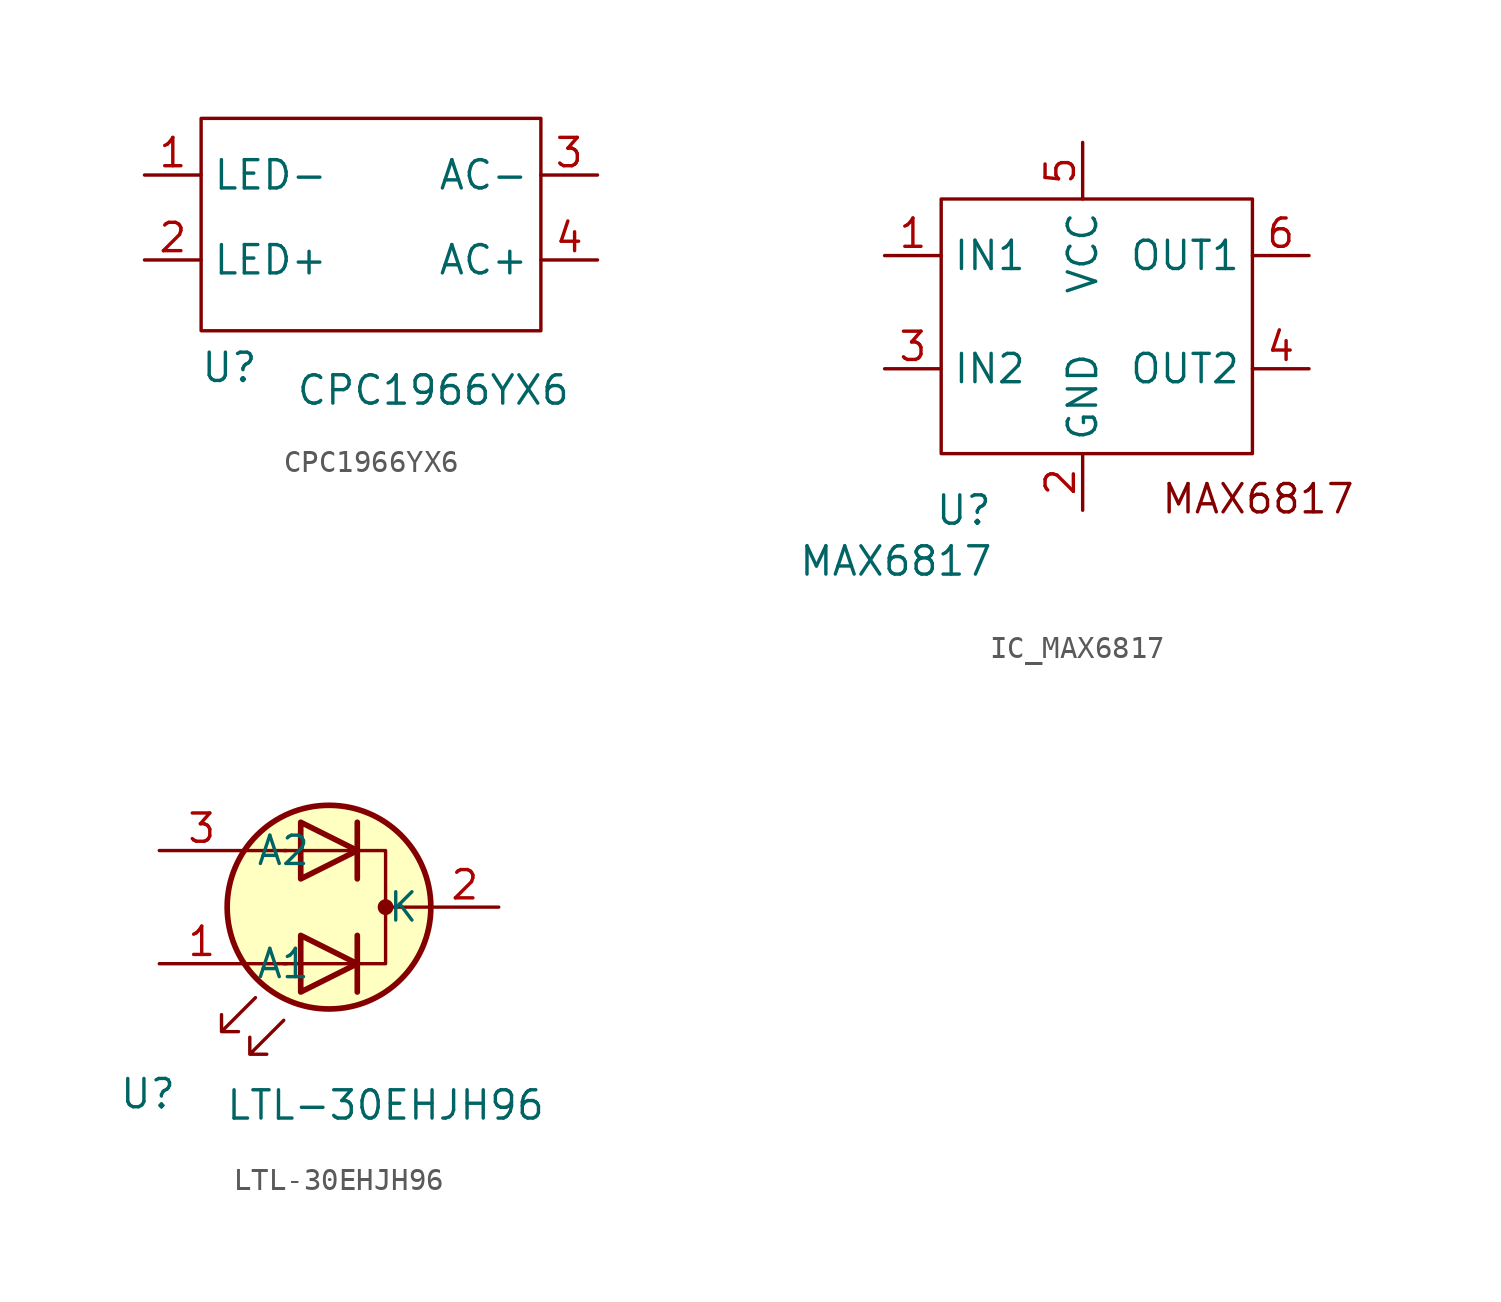
<source format=kicad_sym>
(kicad_symbol_lib
  (version 20241209)
  (generator "kicad_symbol_editor")
  (generator_version "9.0")
  (symbol "CPC1966YX6"
    (property "Reference" "U"
      (at -7.62 -3.556 0)
      (effects (font (size 1.27 1.27))))
    (property "Value" "CPC1966YX6"
      (at 1.524 -4.572 0)
      (effects (font (size 1.27 1.27))))
    (symbol "CPC1966YX6_0_1"
      (rectangle (start -8.89 7.62) (end 6.35 -1.905) (stroke (width 0) (type default)) (fill (type none))))
    (symbol "CPC1966YX6_1_1"
      (pin input line (at -11.43 5.08 0) (length 2.54) (name "LED-" (effects (font (size 1.27 1.27)))) (number "1" (effects (font (size 1.27 1.27)))))
      (pin input line (at -11.43 1.27 0) (length 2.54) (name "LED+" (effects (font (size 1.27 1.27)))) (number "2" (effects (font (size 1.27 1.27)))))
      (pin input line (at 8.89 5.08 180) (length 2.54) (name "AC-" (effects (font (size 1.27 1.27)))) (number "3" (effects (font (size 1.27 1.27)))))
      (pin input line (at 8.89 1.27 180) (length 2.54) (name "AC+" (effects (font (size 1.27 1.27)))) (number "4" (effects (font (size 1.27 1.27)))))))
  (symbol "IC_MAX6817"
    (property "Reference" "U"
      (at -5.334 -7.62 0)
      (effects (font (size 1.27 1.27))))
    (property "Value" "MAX6817"
      (at -8.382 -9.906 0)
      (effects (font (size 1.27 1.27))))
    (symbol "IC_MAX6817_0_1"
      (rectangle (start -6.35 6.35) (end 7.62 -5.08) (stroke (width 0) (type default)) (fill (type none))))
    (symbol "IC_MAX6817_1_1"
      (text "MAX6817" (at 7.874 -7.112 0) (effects (font (size 1.27 1.27))))
      (pin input line (at -8.89 3.81 0) (length 2.54) (name "IN1" (effects (font (size 1.27 1.27)))) (number "1" (effects (font (size 1.27 1.27)))))
      (pin input line (at -8.89 -1.27 0) (length 2.54) (name "IN2" (effects (font (size 1.27 1.27)))) (number "3" (effects (font (size 1.27 1.27)))))
      (pin power_in line (at 0 8.89 270) (length 2.54) (name "VCC" (effects (font (size 1.27 1.27)))) (number "5" (effects (font (size 1.27 1.27)))))
      (pin power_in line (at 0 -7.62 90) (length 2.54) (name "GND" (effects (font (size 1.27 1.27)))) (number "2" (effects (font (size 1.27 1.27)))))
      (pin output line (at 10.16 3.81 180) (length 2.54) (name "OUT1" (effects (font (size 1.27 1.27)))) (number "6" (effects (font (size 1.27 1.27)))))
      (pin output line (at 10.16 -1.27 180) (length 2.54) (name "OUT2" (effects (font (size 1.27 1.27)))) (number "4" (effects (font (size 1.27 1.27)))))))
  (symbol "LTL-30EHJH96"
    (property "Reference" "U"
      (at -9.398 -8.382 0)
      (effects (font (size 1.27 1.27))))
    (property "Value" "LTL-30EHJH96"
      (at 1.27 -8.89 0)
      (effects (font (size 1.27 1.27))))
    (symbol "LTL-30EHJH96_0_1"
      (polyline (pts (xy -5.08 2.54) (xy -3.175 2.54)) (stroke (width 0) (type default)) (fill (type none)))
      (polyline (pts (xy -5.08 -2.54) (xy -3.175 -2.54)) (stroke (width 0) (type default)) (fill (type none)))
      (polyline (pts (xy -4.572 -4.064) (xy -6.096 -5.588) (xy -5.334 -5.588) (xy -6.096 -5.588) (xy -6.096 -4.826)) (stroke (width 0) (type default)) (fill (type none)))
      (polyline (pts (xy -3.302 -2.54) (xy 1.27 -2.54) (xy 1.27 2.54) (xy -3.302 2.54)) (stroke (width 0) (type default)) (fill (type none)))
      (polyline (pts (xy -3.302 -5.08) (xy -4.826 -6.604) (xy -4.064 -6.604) (xy -4.826 -6.604) (xy -4.826 -5.842)) (stroke (width 0) (type default)) (fill (type none)))
      (polyline (pts (xy -2.54 3.81) (xy -2.54 1.27) (xy 0 2.54) (xy -2.54 3.81)) (stroke (width 0.254) (type default)) (fill (type none)))
      (polyline (pts (xy -2.54 -1.27) (xy -2.54 -3.81) (xy 0 -2.54) (xy -2.54 -1.27)) (stroke (width 0.254) (type default)) (fill (type none)))
      (circle (center -1.27 0) (radius 4.572) (stroke (width 0.254) (type default)) (fill (type background)))
      (polyline (pts (xy 0 1.27) (xy 0 3.81)) (stroke (width 0.254) (type default)) (fill (type none)))
      (polyline (pts (xy 0 -1.27) (xy 0 -3.81)) (stroke (width 0.254) (type default)) (fill (type none)))
      (circle (center 1.27 0) (radius 0.279) (stroke (width 0) (type default)) (fill (type outline)))
      (polyline (pts (xy 3.302 0) (xy 1.27 0)) (stroke (width 0) (type default)) (fill (type none))))
    (symbol "LTL-30EHJH96_1_1"
      (pin input line (at -8.89 2.54 0) (length 3.81) (name "A2" (effects (font (size 1.27 1.27)))) (number "3" (effects (font (size 1.27 1.27)))))
      (pin input line (at -8.89 -2.54 0) (length 3.81) (name "A1" (effects (font (size 1.27 1.27)))) (number "1" (effects (font (size 1.27 1.27)))))
      (pin input line (at 6.35 0 180) (length 3.048) (name "K" (effects (font (size 1.27 1.27)))) (number "2" (effects (font (size 1.27 1.27))))))))
</source>
